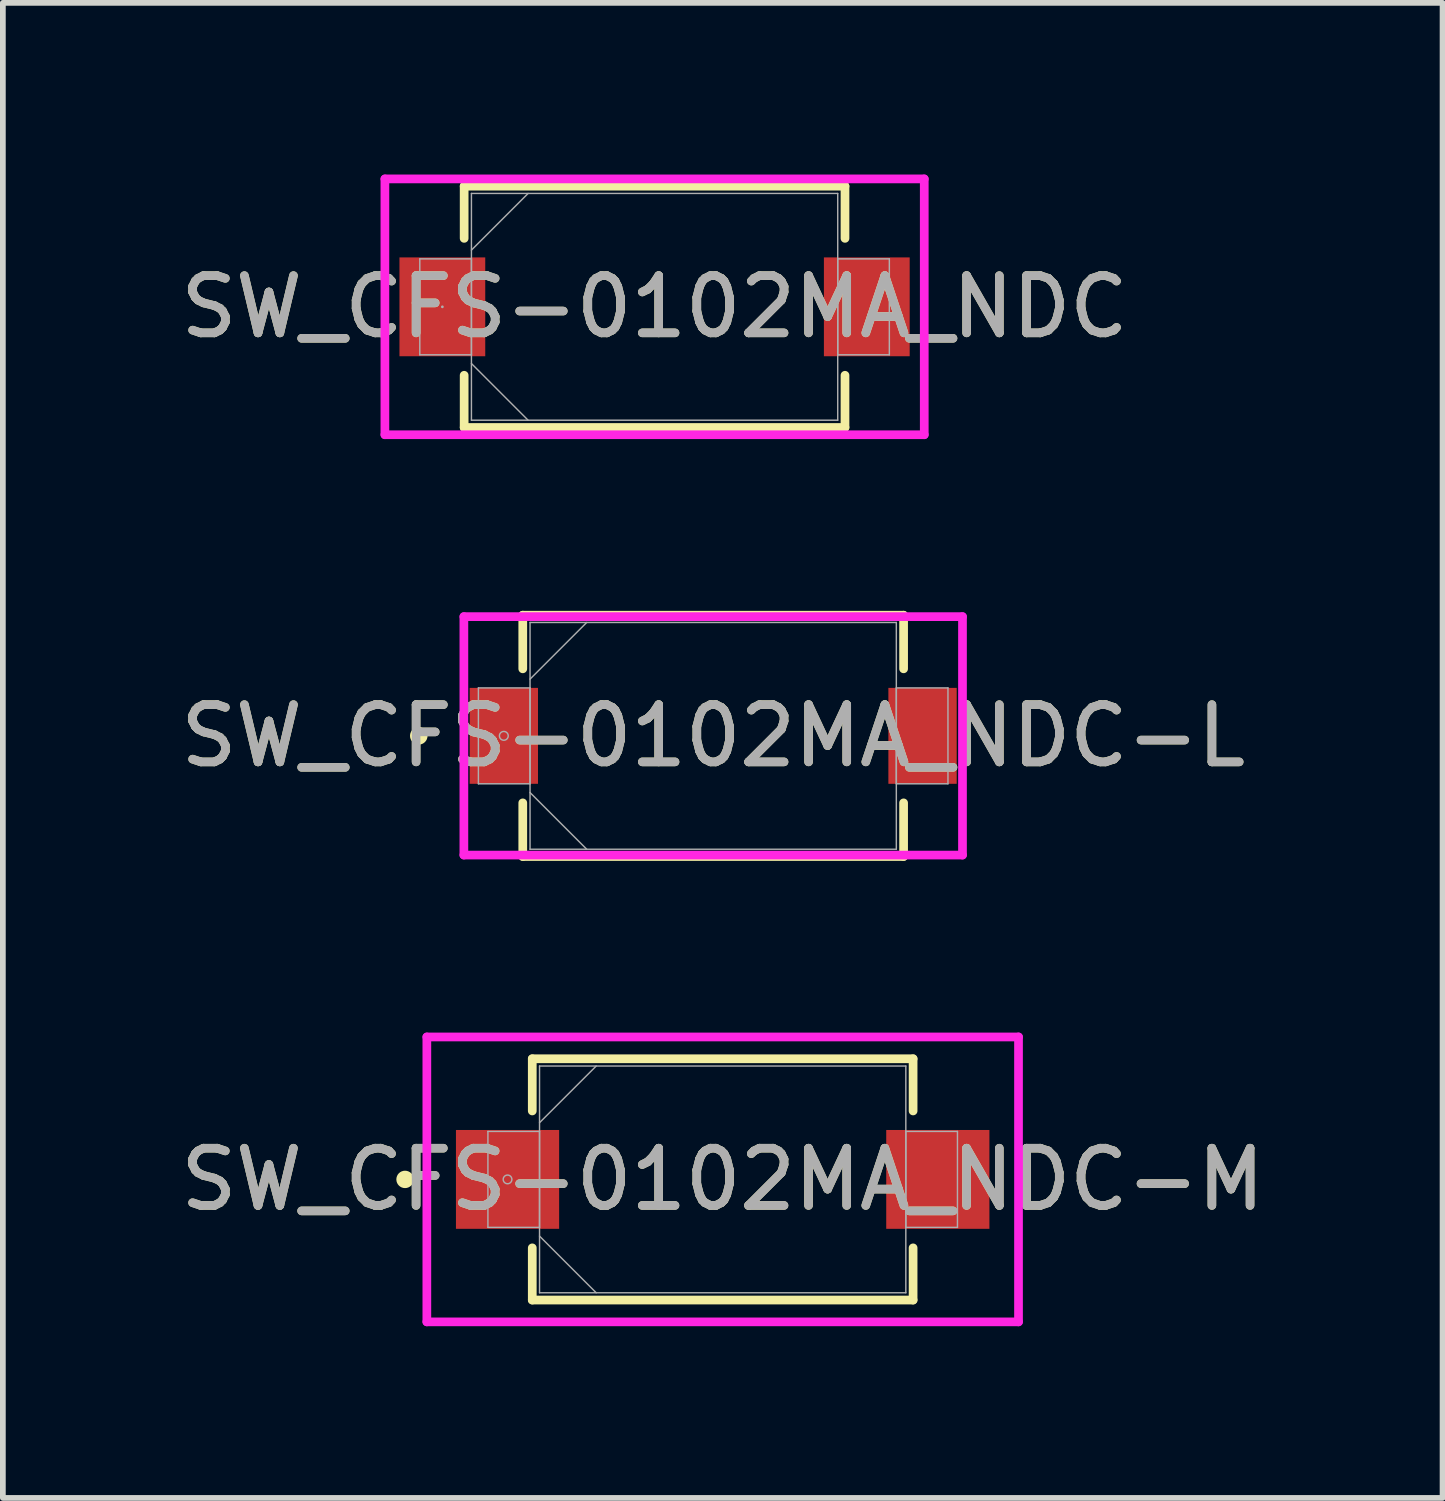
<source format=kicad_pcb>
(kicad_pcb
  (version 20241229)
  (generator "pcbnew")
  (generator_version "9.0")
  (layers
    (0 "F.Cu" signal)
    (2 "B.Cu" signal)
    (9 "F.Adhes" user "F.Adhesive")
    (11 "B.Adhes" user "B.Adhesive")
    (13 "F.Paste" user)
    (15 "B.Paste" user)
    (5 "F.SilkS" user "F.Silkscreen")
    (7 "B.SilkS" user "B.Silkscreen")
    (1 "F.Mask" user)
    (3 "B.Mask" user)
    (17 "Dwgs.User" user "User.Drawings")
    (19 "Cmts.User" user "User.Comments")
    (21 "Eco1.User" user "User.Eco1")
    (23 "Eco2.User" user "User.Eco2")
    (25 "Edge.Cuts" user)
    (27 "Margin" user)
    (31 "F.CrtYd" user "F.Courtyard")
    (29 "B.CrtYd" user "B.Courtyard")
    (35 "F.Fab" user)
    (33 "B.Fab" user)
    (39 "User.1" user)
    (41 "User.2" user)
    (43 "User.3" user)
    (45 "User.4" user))
  (footprint "SW_CFS-0102MA_NDC"
    (layer "F.Cu")
    (at 8.387 2.311)
    (property "Reference" "SW_CFS-0102MA_NDC" (at 0 0 0) (unlocked yes) (layer "F.SilkS") (effects (font (size 1 1) (thickness 0.15))))
    (attr smd)
    (fp_line (start -3.327 -2.108) (end -3.327 -1.196) (stroke (width 0.152) (type solid)) (layer "F.SilkS"))
    (fp_line (start -3.327 1.196) (end -3.327 2.108) (stroke (width 0.152) (type solid)) (layer "F.SilkS"))
    (fp_line (start -3.327 2.108) (end 3.327 2.108) (stroke (width 0.152) (type solid)) (layer "F.SilkS"))
    (fp_line (start 3.327 -2.108) (end -3.327 -2.108) (stroke (width 0.152) (type solid)) (layer "F.SilkS"))
    (fp_line (start 3.327 -1.196) (end 3.327 -2.108) (stroke (width 0.152) (type solid)) (layer "F.SilkS"))
    (fp_line (start 3.327 2.108) (end 3.327 1.196) (stroke (width 0.152) (type solid)) (layer "F.SilkS"))
    (fp_line (start -4.712 -2.235) (end 4.712 -2.235) (stroke (width 0.152) (type solid)) (layer "F.CrtYd"))
    (fp_line (start -4.712 2.235) (end -4.712 -2.235) (stroke (width 0.152) (type solid)) (layer "F.CrtYd"))
    (fp_line (start 4.712 -2.235) (end 4.712 2.235) (stroke (width 0.152) (type solid)) (layer "F.CrtYd"))
    (fp_line (start 4.712 2.235) (end -4.712 2.235) (stroke (width 0.152) (type solid)) (layer "F.CrtYd"))
    (fp_line (start -4.102 -0.838) (end -4.102 0.838) (stroke (width 0.025) (type solid)) (layer "F.Fab"))
    (fp_line (start -4.102 0.838) (end -3.2 0.838) (stroke (width 0.025) (type solid)) (layer "F.Fab"))
    (fp_line (start -3.2 -1.981) (end -3.2 1.981) (stroke (width 0.025) (type solid)) (layer "F.Fab"))
    (fp_line (start -3.2 -0.991) (end -2.21 -1.981) (stroke (width 0.025) (type solid)) (layer "F.Fab"))
    (fp_line (start -3.2 -0.838) (end -4.102 -0.838) (stroke (width 0.025) (type solid)) (layer "F.Fab"))
    (fp_line (start -3.2 0.838) (end -3.2 -0.838) (stroke (width 0.025) (type solid)) (layer "F.Fab"))
    (fp_line (start -3.2 0.991) (end -2.21 1.981) (stroke (width 0.025) (type solid)) (layer "F.Fab"))
    (fp_line (start -3.2 1.981) (end 3.2 1.981) (stroke (width 0.025) (type solid)) (layer "F.Fab"))
    (fp_line (start 3.2 -1.981) (end -3.2 -1.981) (stroke (width 0.025) (type solid)) (layer "F.Fab"))
    (fp_line (start 3.2 -0.838) (end 3.2 0.838) (stroke (width 0.025) (type solid)) (layer "F.Fab"))
    (fp_line (start 3.2 0.838) (end 4.102 0.838) (stroke (width 0.025) (type solid)) (layer "F.Fab"))
    (fp_line (start 3.2 1.981) (end 3.2 -1.981) (stroke (width 0.025) (type solid)) (layer "F.Fab"))
    (fp_line (start 4.102 -0.838) (end 3.2 -0.838) (stroke (width 0.025) (type solid)) (layer "F.Fab"))
    (fp_line (start 4.102 0.838) (end 4.102 -0.838) (stroke (width 0.025) (type solid)) (layer "F.Fab"))
    (fp_circle (center -3.708 0) (end -3.708 0) (stroke (width 0.025) (type solid)) (fill no) (layer "F.Fab"))
    (fp_text user "${REFERENCE}" (at 0 0 0) (unlocked yes) (layer "F.Fab") (effects (font (size 1 1) (thickness 0.15))))
    (pad "1" smd rect (at -3.708 0) (size 1.499 1.727) (layers "F.Cu" "F.Mask" "F.Paste"))
    (pad "2" smd rect (at 3.708 0) (size 1.499 1.727) (layers "F.Cu" "F.Mask" "F.Paste"))
    (zone (net_name "") (layer "F.Cu") (hatch full 0.508) (connect_pads) (min_thickness 0.254) (filled_areas_thickness no) (keepout (tracks not_allowed) (vias not_allowed) (pads allowed) (copperpour not_allowed) (footprints allowed)) (placement (enabled no)) (fill) (polygon (pts (xy 5.479 0.381) (xy 11.295 0.381) (xy 11.295 4.242) (xy 5.479 4.242)))))
  (footprint "SW_CFS-0102MA_NDC-M"
    (layer "F.Cu")
    (at 9.577 17.557)
    (property "Reference" "SW_CFS-0102MA_NDC-M" (at 0 0 0) (unlocked yes) (layer "F.SilkS") (effects (font (size 1 1) (thickness 0.15))))
    (attr smd)
    (fp_line (start -3.327 -2.108) (end -3.327 -1.196) (stroke (width 0.152) (type solid)) (layer "F.SilkS"))
    (fp_line (start -3.327 1.196) (end -3.327 2.108) (stroke (width 0.152) (type solid)) (layer "F.SilkS"))
    (fp_line (start -3.327 2.108) (end 3.327 2.108) (stroke (width 0.152) (type solid)) (layer "F.SilkS"))
    (fp_line (start 3.327 -2.108) (end -3.327 -2.108) (stroke (width 0.152) (type solid)) (layer "F.SilkS"))
    (fp_line (start 3.327 -1.196) (end 3.327 -2.108) (stroke (width 0.152) (type solid)) (layer "F.SilkS"))
    (fp_line (start 3.327 2.108) (end 3.327 1.196) (stroke (width 0.152) (type solid)) (layer "F.SilkS"))
    (fp_circle (center -5.55 0) (end -5.474 0) (stroke (width 0.152) (type solid)) (fill no) (layer "F.SilkS"))
    (fp_line (start -5.169 -2.489) (end 5.169 -2.489) (stroke (width 0.152) (type solid)) (layer "F.CrtYd"))
    (fp_line (start -5.169 2.489) (end -5.169 -2.489) (stroke (width 0.152) (type solid)) (layer "F.CrtYd"))
    (fp_line (start 5.169 -2.489) (end 5.169 2.489) (stroke (width 0.152) (type solid)) (layer "F.CrtYd"))
    (fp_line (start 5.169 2.489) (end -5.169 2.489) (stroke (width 0.152) (type solid)) (layer "F.CrtYd"))
    (fp_line (start -4.102 -0.838) (end -4.102 0.838) (stroke (width 0.025) (type solid)) (layer "F.Fab"))
    (fp_line (start -4.102 0.838) (end -3.2 0.838) (stroke (width 0.025) (type solid)) (layer "F.Fab"))
    (fp_line (start -3.2 -1.981) (end -3.2 1.981) (stroke (width 0.025) (type solid)) (layer "F.Fab"))
    (fp_line (start -3.2 -0.991) (end -2.21 -1.981) (stroke (width 0.025) (type solid)) (layer "F.Fab"))
    (fp_line (start -3.2 -0.838) (end -4.102 -0.838) (stroke (width 0.025) (type solid)) (layer "F.Fab"))
    (fp_line (start -3.2 0.838) (end -3.2 -0.838) (stroke (width 0.025) (type solid)) (layer "F.Fab"))
    (fp_line (start -3.2 0.991) (end -2.21 1.981) (stroke (width 0.025) (type solid)) (layer "F.Fab"))
    (fp_line (start -3.2 1.981) (end 3.2 1.981) (stroke (width 0.025) (type solid)) (layer "F.Fab"))
    (fp_line (start 3.2 -1.981) (end -3.2 -1.981) (stroke (width 0.025) (type solid)) (layer "F.Fab"))
    (fp_line (start 3.2 -0.838) (end 3.2 0.838) (stroke (width 0.025) (type solid)) (layer "F.Fab"))
    (fp_line (start 3.2 0.838) (end 4.102 0.838) (stroke (width 0.025) (type solid)) (layer "F.Fab"))
    (fp_line (start 3.2 1.981) (end 3.2 -1.981) (stroke (width 0.025) (type solid)) (layer "F.Fab"))
    (fp_line (start 4.102 -0.838) (end 3.2 -0.838) (stroke (width 0.025) (type solid)) (layer "F.Fab"))
    (fp_line (start 4.102 0.838) (end 4.102 -0.838) (stroke (width 0.025) (type solid)) (layer "F.Fab"))
    (fp_circle (center -3.759 0) (end -3.683 0) (stroke (width 0.025) (type solid)) (fill no) (layer "F.Fab"))
    (fp_text user "${REFERENCE}" (at 0 0 0) (unlocked yes) (layer "F.Fab") (effects (font (size 1 1) (thickness 0.15))))
    (pad "1" smd rect (at -3.759 0) (size 1.803 1.727) (layers "F.Cu" "F.Mask" "F.Paste"))
    (pad "2" smd rect (at 3.759 0) (size 1.803 1.727) (layers "F.Cu" "F.Mask" "F.Paste"))
    (zone (net_name "") (layer "F.Cu") (hatch full 0.508) (connect_pads) (min_thickness 0.254) (filled_areas_thickness no) (keepout (tracks not_allowed) (vias not_allowed) (pads allowed) (copperpour not_allowed) (footprints allowed)) (placement (enabled no)) (fill) (polygon (pts (xy 6.771 15.627) (xy 12.384 15.627) (xy 12.384 19.487) (xy 6.771 19.487)))))
  (footprint "SW_CFS-0102MA_NDC-L"
    (layer "F.Cu")
    (at 9.411 9.807)
    (property "Reference" "SW_CFS-0102MA_NDC-L" (at 0 0 0) (unlocked yes) (layer "F.SilkS") (effects (font (size 1 1) (thickness 0.15))))
    (attr smd)
    (fp_line (start -3.327 -2.108) (end -3.327 -1.171) (stroke (width 0.152) (type solid)) (layer "F.SilkS"))
    (fp_line (start -3.327 1.171) (end -3.327 2.108) (stroke (width 0.152) (type solid)) (layer "F.SilkS"))
    (fp_line (start -3.327 2.108) (end 3.327 2.108) (stroke (width 0.152) (type solid)) (layer "F.SilkS"))
    (fp_line (start 3.327 -2.108) (end -3.327 -2.108) (stroke (width 0.152) (type solid)) (layer "F.SilkS"))
    (fp_line (start 3.327 -1.171) (end 3.327 -2.108) (stroke (width 0.152) (type solid)) (layer "F.SilkS"))
    (fp_line (start 3.327 2.108) (end 3.327 1.171) (stroke (width 0.152) (type solid)) (layer "F.SilkS"))
    (fp_circle (center -5.144 0) (end -5.067 0) (stroke (width 0.152) (type solid)) (fill no) (layer "F.SilkS"))
    (fp_line (start -4.356 -2.083) (end 4.356 -2.083) (stroke (width 0.152) (type solid)) (layer "F.CrtYd"))
    (fp_line (start -4.356 2.083) (end -4.356 -2.083) (stroke (width 0.152) (type solid)) (layer "F.CrtYd"))
    (fp_line (start 4.356 -2.083) (end 4.356 2.083) (stroke (width 0.152) (type solid)) (layer "F.CrtYd"))
    (fp_line (start 4.356 2.083) (end -4.356 2.083) (stroke (width 0.152) (type solid)) (layer "F.CrtYd"))
    (fp_line (start -4.102 -0.838) (end -4.102 0.838) (stroke (width 0.025) (type solid)) (layer "F.Fab"))
    (fp_line (start -4.102 0.838) (end -3.2 0.838) (stroke (width 0.025) (type solid)) (layer "F.Fab"))
    (fp_line (start -3.2 -1.981) (end -3.2 1.981) (stroke (width 0.025) (type solid)) (layer "F.Fab"))
    (fp_line (start -3.2 -0.991) (end -2.21 -1.981) (stroke (width 0.025) (type solid)) (layer "F.Fab"))
    (fp_line (start -3.2 -0.838) (end -4.102 -0.838) (stroke (width 0.025) (type solid)) (layer "F.Fab"))
    (fp_line (start -3.2 0.838) (end -3.2 -0.838) (stroke (width 0.025) (type solid)) (layer "F.Fab"))
    (fp_line (start -3.2 0.991) (end -2.21 1.981) (stroke (width 0.025) (type solid)) (layer "F.Fab"))
    (fp_line (start -3.2 1.981) (end 3.2 1.981) (stroke (width 0.025) (type solid)) (layer "F.Fab"))
    (fp_line (start 3.2 -1.981) (end -3.2 -1.981) (stroke (width 0.025) (type solid)) (layer "F.Fab"))
    (fp_line (start 3.2 -0.838) (end 3.2 0.838) (stroke (width 0.025) (type solid)) (layer "F.Fab"))
    (fp_line (start 3.2 0.838) (end 4.102 0.838) (stroke (width 0.025) (type solid)) (layer "F.Fab"))
    (fp_line (start 3.2 1.981) (end 3.2 -1.981) (stroke (width 0.025) (type solid)) (layer "F.Fab"))
    (fp_line (start 4.102 -0.838) (end 3.2 -0.838) (stroke (width 0.025) (type solid)) (layer "F.Fab"))
    (fp_line (start 4.102 0.838) (end 4.102 -0.838) (stroke (width 0.025) (type solid)) (layer "F.Fab"))
    (fp_circle (center -3.658 0) (end -3.581 0) (stroke (width 0.025) (type solid)) (fill no) (layer "F.Fab"))
    (fp_text user "${REFERENCE}" (at 0 0 0) (unlocked yes) (layer "F.Fab") (effects (font (size 1 1) (thickness 0.15))))
    (pad "1" smd rect (at -3.658 0) (size 1.194 1.676) (layers "F.Cu" "F.Mask" "F.Paste"))
    (pad "2" smd rect (at 3.658 0) (size 1.194 1.676) (layers "F.Cu" "F.Mask" "F.Paste"))
    (zone (net_name "") (layer "F.Cu") (hatch full 0.508) (connect_pads) (min_thickness 0.254) (filled_areas_thickness no) (keepout (tracks not_allowed) (vias not_allowed) (pads allowed) (copperpour not_allowed) (footprints allowed)) (placement (enabled no)) (fill) (polygon (pts (xy 6.401 7.877) (xy 12.421 7.877) (xy 12.421 11.738) (xy 6.401 11.738)))))
  (gr_rect
    (start -3 -3)
    (end 22.155 23.122)
    (stroke (width 0.1) (type default))
    (fill no)
    (layer "Edge.Cuts")))
</source>
